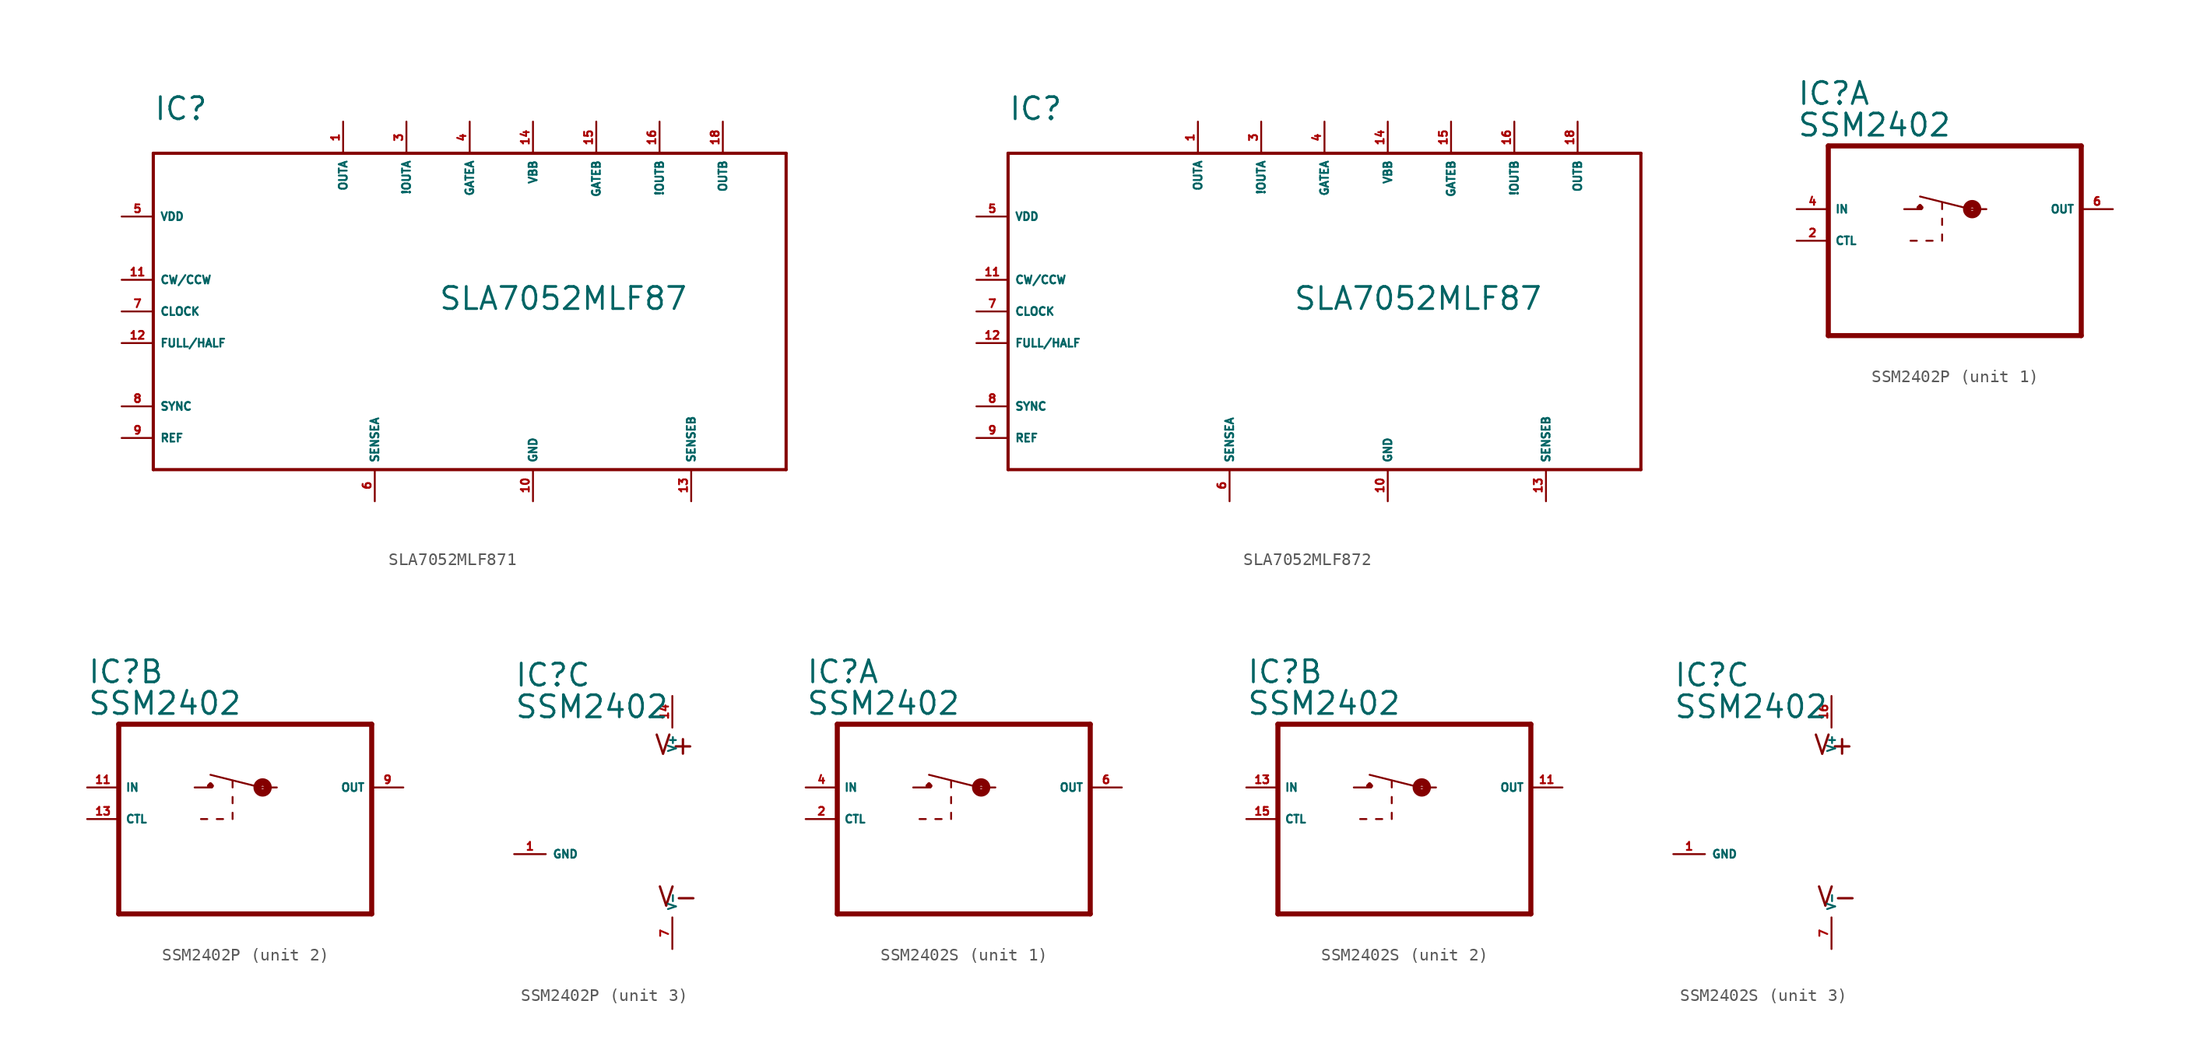
<source format=kicad_sym>
(kicad_symbol_lib
  (version 20220914)
  (generator Eagle2Kicad)
  (symbol "SLA7052MLF871"
    (property "Reference" "IC"
      (at -25.4 15.24 0)
      (effects (font (size 1.778 1.778) (thickness 0.22)) (justify left bottom)))
    (property "Value" "SLA7052MLF87"
      (at -2.54 0 0)
      (effects (font (size 1.778 1.778) (thickness 0.22)) (justify left bottom)))
    (polyline
      (pts (xy -25.4 12.7) (xy 25.4 12.7))
      (stroke (width 0.254) (type default))
      (fill (type none)))
    (polyline
      (pts (xy 25.4 12.7) (xy 25.4 -12.7))
      (stroke (width 0.254) (type default))
      (fill (type none)))
    (polyline
      (pts (xy 25.4 -12.7) (xy -25.4 -12.7))
      (stroke (width 0.254) (type default))
      (fill (type none)))
    (polyline
      (pts (xy -25.4 -12.7) (xy -25.4 12.7))
      (stroke (width 0.254) (type default))
      (fill (type none)))
    (pin output line
      (at -10.16 15.24 270)
      (length 2.54)
      (name "OUTA" (effects (font (size 0.635 0.635) (thickness 0.08)) (justify left bottom)))
      (number "1" (effects (font (size 0.635 0.635) (thickness 0.08)) (justify left bottom))))
    (pin input line
      (at -7.62 -15.24 90)
      (length 2.54)
      (name "SENSEA" (effects (font (size 0.635 0.635) (thickness 0.08)) (justify left bottom)))
      (number "6" (effects (font (size 0.635 0.635) (thickness 0.08)) (justify left bottom))))
    (pin unspecified line
      (at -27.94 7.62 0)
      (length 2.54)
      (name "VDD" (effects (font (size 0.635 0.635) (thickness 0.08)) (justify left bottom)))
      (number "5" (effects (font (size 0.635 0.635) (thickness 0.08)) (justify left bottom))))
    (pin input line
      (at -27.94 -10.16 0)
      (length 2.54)
      (name "REF" (effects (font (size 0.635 0.635) (thickness 0.08)) (justify left bottom)))
      (number "9" (effects (font (size 0.635 0.635) (thickness 0.08)) (justify left bottom))))
    (pin input line
      (at -27.94 -2.54 0)
      (length 2.54)
      (name "FULL/HALF" (effects (font (size 0.635 0.635) (thickness 0.08)) (justify left bottom)))
      (number "12" (effects (font (size 0.635 0.635) (thickness 0.08)) (justify left bottom))))
    (pin input line
      (at -27.94 2.54 0)
      (length 2.54)
      (name "CW/CCW" (effects (font (size 0.635 0.635) (thickness 0.08)) (justify left bottom)))
      (number "11" (effects (font (size 0.635 0.635) (thickness 0.08)) (justify left bottom))))
    (pin input line
      (at -27.94 0 0)
      (length 2.54)
      (name "CLOCK" (effects (font (size 0.635 0.635) (thickness 0.08)) (justify left bottom)))
      (number "7" (effects (font (size 0.635 0.635) (thickness 0.08)) (justify left bottom))))
    (pin unspecified line
      (at 5.08 -15.24 90)
      (length 2.54)
      (name "GND" (effects (font (size 0.635 0.635) (thickness 0.08)) (justify left bottom)))
      (number "10" (effects (font (size 0.635 0.635) (thickness 0.08)) (justify left bottom))))
    (pin input line
      (at 10.16 15.24 270)
      (length 2.54)
      (name "GATEB" (effects (font (size 0.635 0.635) (thickness 0.08)) (justify left bottom)))
      (number "15" (effects (font (size 0.635 0.635) (thickness 0.08)) (justify left bottom))))
    (pin input line
      (at 0 15.24 270)
      (length 2.54)
      (name "GATEA" (effects (font (size 0.635 0.635) (thickness 0.08)) (justify left bottom)))
      (number "4" (effects (font (size 0.635 0.635) (thickness 0.08)) (justify left bottom))))
    (pin input line
      (at -27.94 -7.62 0)
      (length 2.54)
      (name "SYNC" (effects (font (size 0.635 0.635) (thickness 0.08)) (justify left bottom)))
      (number "8" (effects (font (size 0.635 0.635) (thickness 0.08)) (justify left bottom))))
    (pin unspecified line
      (at 5.08 15.24 270)
      (length 2.54)
      (name "VBB" (effects (font (size 0.635 0.635) (thickness 0.08)) (justify left bottom)))
      (number "14" (effects (font (size 0.635 0.635) (thickness 0.08)) (justify left bottom))))
    (pin input line
      (at 17.78 -15.24 90)
      (length 2.54)
      (name "SENSEB" (effects (font (size 0.635 0.635) (thickness 0.08)) (justify left bottom)))
      (number "13" (effects (font (size 0.635 0.635) (thickness 0.08)) (justify left bottom))))
    (pin output line
      (at 20.32 15.24 270)
      (length 2.54)
      (name "OUTB" (effects (font (size 0.635 0.635) (thickness 0.08)) (justify left bottom)))
      (number "18" (effects (font (size 0.635 0.635) (thickness 0.08)) (justify left bottom))))
    (pin output line
      (at 15.24 15.24 270)
      (length 2.54)
      (name "!OUTB" (effects (font (size 0.635 0.635) (thickness 0.08)) (justify left bottom)))
      (number "16" (effects (font (size 0.635 0.635) (thickness 0.08)) (justify left bottom))))
    (pin output line
      (at -5.08 15.24 270)
      (length 2.54)
      (name "!OUTA" (effects (font (size 0.635 0.635) (thickness 0.08)) (justify left bottom)))
      (number "3" (effects (font (size 0.635 0.635) (thickness 0.08)) (justify left bottom)))))
  (symbol "SLA7052MLF872"
    (property "Reference" "IC"
      (at -25.4 15.24 0)
      (effects (font (size 1.778 1.778) (thickness 0.22)) (justify left bottom)))
    (property "Value" "SLA7052MLF87"
      (at -2.54 0 0)
      (effects (font (size 1.778 1.778) (thickness 0.22)) (justify left bottom)))
    (polyline
      (pts (xy -25.4 12.7) (xy 25.4 12.7))
      (stroke (width 0.254) (type default))
      (fill (type none)))
    (polyline
      (pts (xy 25.4 12.7) (xy 25.4 -12.7))
      (stroke (width 0.254) (type default))
      (fill (type none)))
    (polyline
      (pts (xy 25.4 -12.7) (xy -25.4 -12.7))
      (stroke (width 0.254) (type default))
      (fill (type none)))
    (polyline
      (pts (xy -25.4 -12.7) (xy -25.4 12.7))
      (stroke (width 0.254) (type default))
      (fill (type none)))
    (pin output line
      (at -10.16 15.24 270)
      (length 2.54)
      (name "OUTA" (effects (font (size 0.635 0.635) (thickness 0.08)) (justify left bottom)))
      (number "1" (effects (font (size 0.635 0.635) (thickness 0.08)) (justify left bottom))))
    (pin input line
      (at -7.62 -15.24 90)
      (length 2.54)
      (name "SENSEA" (effects (font (size 0.635 0.635) (thickness 0.08)) (justify left bottom)))
      (number "6" (effects (font (size 0.635 0.635) (thickness 0.08)) (justify left bottom))))
    (pin unspecified line
      (at -27.94 7.62 0)
      (length 2.54)
      (name "VDD" (effects (font (size 0.635 0.635) (thickness 0.08)) (justify left bottom)))
      (number "5" (effects (font (size 0.635 0.635) (thickness 0.08)) (justify left bottom))))
    (pin input line
      (at -27.94 -10.16 0)
      (length 2.54)
      (name "REF" (effects (font (size 0.635 0.635) (thickness 0.08)) (justify left bottom)))
      (number "9" (effects (font (size 0.635 0.635) (thickness 0.08)) (justify left bottom))))
    (pin input line
      (at -27.94 -2.54 0)
      (length 2.54)
      (name "FULL/HALF" (effects (font (size 0.635 0.635) (thickness 0.08)) (justify left bottom)))
      (number "12" (effects (font (size 0.635 0.635) (thickness 0.08)) (justify left bottom))))
    (pin input line
      (at -27.94 2.54 0)
      (length 2.54)
      (name "CW/CCW" (effects (font (size 0.635 0.635) (thickness 0.08)) (justify left bottom)))
      (number "11" (effects (font (size 0.635 0.635) (thickness 0.08)) (justify left bottom))))
    (pin input line
      (at -27.94 0 0)
      (length 2.54)
      (name "CLOCK" (effects (font (size 0.635 0.635) (thickness 0.08)) (justify left bottom)))
      (number "7" (effects (font (size 0.635 0.635) (thickness 0.08)) (justify left bottom))))
    (pin unspecified line
      (at 5.08 -15.24 90)
      (length 2.54)
      (name "GND" (effects (font (size 0.635 0.635) (thickness 0.08)) (justify left bottom)))
      (number "10" (effects (font (size 0.635 0.635) (thickness 0.08)) (justify left bottom))))
    (pin input line
      (at 10.16 15.24 270)
      (length 2.54)
      (name "GATEB" (effects (font (size 0.635 0.635) (thickness 0.08)) (justify left bottom)))
      (number "15" (effects (font (size 0.635 0.635) (thickness 0.08)) (justify left bottom))))
    (pin input line
      (at 0 15.24 270)
      (length 2.54)
      (name "GATEA" (effects (font (size 0.635 0.635) (thickness 0.08)) (justify left bottom)))
      (number "4" (effects (font (size 0.635 0.635) (thickness 0.08)) (justify left bottom))))
    (pin input line
      (at -27.94 -7.62 0)
      (length 2.54)
      (name "SYNC" (effects (font (size 0.635 0.635) (thickness 0.08)) (justify left bottom)))
      (number "8" (effects (font (size 0.635 0.635) (thickness 0.08)) (justify left bottom))))
    (pin unspecified line
      (at 5.08 15.24 270)
      (length 2.54)
      (name "VBB" (effects (font (size 0.635 0.635) (thickness 0.08)) (justify left bottom)))
      (number "14" (effects (font (size 0.635 0.635) (thickness 0.08)) (justify left bottom))))
    (pin input line
      (at 17.78 -15.24 90)
      (length 2.54)
      (name "SENSEB" (effects (font (size 0.635 0.635) (thickness 0.08)) (justify left bottom)))
      (number "13" (effects (font (size 0.635 0.635) (thickness 0.08)) (justify left bottom))))
    (pin output line
      (at 20.32 15.24 270)
      (length 2.54)
      (name "OUTB" (effects (font (size 0.635 0.635) (thickness 0.08)) (justify left bottom)))
      (number "18" (effects (font (size 0.635 0.635) (thickness 0.08)) (justify left bottom))))
    (pin output line
      (at 15.24 15.24 270)
      (length 2.54)
      (name "!OUTB" (effects (font (size 0.635 0.635) (thickness 0.08)) (justify left bottom)))
      (number "16" (effects (font (size 0.635 0.635) (thickness 0.08)) (justify left bottom))))
    (pin output line
      (at -5.08 15.24 270)
      (length 2.54)
      (name "!OUTA" (effects (font (size 0.635 0.635) (thickness 0.08)) (justify left bottom)))
      (number "3" (effects (font (size 0.635 0.635) (thickness 0.08)) (justify left bottom)))))
  (symbol "SSM2402P"
    (property "Reference" "IC"
      (at -12.7 10.795 0)
      (effects (font (size 1.778 1.778) (thickness 0.22)) (justify left bottom)))
    (property "Value" "SSM2402"
      (at -12.7 8.255 0)
      (effects (font (size 1.778 1.778) (thickness 0.22)) (justify left bottom)))
    (symbol "SSM2402P_1_0"
      (polyline (pts (xy 10.16 7.62) (xy -10.16 7.62)) (stroke (width 0.406) (type default)) (fill (type none)))
      (polyline (pts (xy -10.16 7.62) (xy -10.16 -7.62)) (stroke (width 0.406) (type default)) (fill (type none)))
      (polyline (pts (xy -10.16 -7.62) (xy 10.16 -7.62)) (stroke (width 0.406) (type default)) (fill (type none)))
      (polyline (pts (xy 10.16 -7.62) (xy 10.16 7.62)) (stroke (width 0.406) (type default)) (fill (type none)))
      (polyline (pts (xy -4.064 2.54) (xy -2.667 2.54)) (stroke (width 0.152) (type default)) (fill (type none)))
      (polyline (pts (xy 1.27 2.54) (xy 2.54 2.54)) (stroke (width 0.152) (type default)) (fill (type none)))
      (polyline (pts (xy 1.27 2.54) (xy -2.794 3.556)) (stroke (width 0.152) (type default)) (fill (type none)))
      (polyline (pts (xy -1.016 3.048) (xy -1.016 2.54)) (stroke (width 0.152) (type default)) (fill (type none)))
      (polyline (pts (xy -1.016 1.778) (xy -1.016 1.27)) (stroke (width 0.152) (type default)) (fill (type none)))
      (polyline (pts (xy -1.016 0.508) (xy -1.016 0)) (stroke (width 0.152) (type default)) (fill (type none)))
      (polyline (pts (xy -3.556 0) (xy -3.048 0)) (stroke (width 0.152) (type default)) (fill (type none)))
      (polyline (pts (xy -2.286 0) (xy -1.778 0)) (stroke (width 0.152) (type default)) (fill (type none)))
      (polyline (pts (xy -2.921 2.667) (xy -2.794 2.794)) (stroke (width 0.305) (type default)) (fill (type none)))
      (polyline (pts (xy -2.794 2.794) (xy -2.667 2.667)) (stroke (width 0.305) (type default)) (fill (type none)))
      (circle (center 1.397 2.54) (radius 0.127) (stroke (width 0.61) (type default)) (fill (type none)))
      (pin input line (at -12.7 0 0) (length 2.54) (name "CTL" (effects (font (size 0.635 0.635) (thickness 0.08)) (justify left bottom))) (number "2" (effects (font (size 0.635 0.635) (thickness 0.08)) (justify left bottom))))
      (pin output line (at 12.7 2.54 180) (length 2.54) (name "OUT" (effects (font (size 0.635 0.635) (thickness 0.08)) (justify left bottom))) (number "6" (effects (font (size 0.635 0.635) (thickness 0.08)) (justify left bottom))))
      (pin input line (at -12.7 2.54 0) (length 2.54) (name "IN" (effects (font (size 0.635 0.635) (thickness 0.08)) (justify left bottom))) (number "4" (effects (font (size 0.635 0.635) (thickness 0.08)) (justify left bottom)))))
    (symbol "SSM2402P_2_0"
      (polyline (pts (xy 10.16 7.62) (xy -10.16 7.62)) (stroke (width 0.406) (type default)) (fill (type none)))
      (polyline (pts (xy -10.16 7.62) (xy -10.16 -7.62)) (stroke (width 0.406) (type default)) (fill (type none)))
      (polyline (pts (xy -10.16 -7.62) (xy 10.16 -7.62)) (stroke (width 0.406) (type default)) (fill (type none)))
      (polyline (pts (xy 10.16 -7.62) (xy 10.16 7.62)) (stroke (width 0.406) (type default)) (fill (type none)))
      (polyline (pts (xy -4.064 2.54) (xy -2.667 2.54)) (stroke (width 0.152) (type default)) (fill (type none)))
      (polyline (pts (xy 1.27 2.54) (xy 2.54 2.54)) (stroke (width 0.152) (type default)) (fill (type none)))
      (polyline (pts (xy 1.27 2.54) (xy -2.794 3.556)) (stroke (width 0.152) (type default)) (fill (type none)))
      (polyline (pts (xy -1.016 3.048) (xy -1.016 2.54)) (stroke (width 0.152) (type default)) (fill (type none)))
      (polyline (pts (xy -1.016 1.778) (xy -1.016 1.27)) (stroke (width 0.152) (type default)) (fill (type none)))
      (polyline (pts (xy -1.016 0.508) (xy -1.016 0)) (stroke (width 0.152) (type default)) (fill (type none)))
      (polyline (pts (xy -3.556 0) (xy -3.048 0)) (stroke (width 0.152) (type default)) (fill (type none)))
      (polyline (pts (xy -2.286 0) (xy -1.778 0)) (stroke (width 0.152) (type default)) (fill (type none)))
      (polyline (pts (xy -2.921 2.667) (xy -2.794 2.794)) (stroke (width 0.305) (type default)) (fill (type none)))
      (polyline (pts (xy -2.794 2.794) (xy -2.667 2.667)) (stroke (width 0.305) (type default)) (fill (type none)))
      (circle (center 1.397 2.54) (radius 0.127) (stroke (width 0.61) (type default)) (fill (type none)))
      (pin input line (at -12.7 0 0) (length 2.54) (name "CTL" (effects (font (size 0.635 0.635) (thickness 0.08)) (justify left bottom))) (number "13" (effects (font (size 0.635 0.635) (thickness 0.08)) (justify left bottom))))
      (pin output line (at 12.7 2.54 180) (length 2.54) (name "OUT" (effects (font (size 0.635 0.635) (thickness 0.08)) (justify left bottom))) (number "9" (effects (font (size 0.635 0.635) (thickness 0.08)) (justify left bottom))))
      (pin input line (at -12.7 2.54 0) (length 2.54) (name "IN" (effects (font (size 0.635 0.635) (thickness 0.08)) (justify left bottom))) (number "11" (effects (font (size 0.635 0.635) (thickness 0.08)) (justify left bottom)))))
    (symbol "SSM2402P_3_0"
      (text "V+" (at -1.524 5.334 0) (effects (font (size 1.524 1.524) (thickness 0.19)) (justify left bottom)))
      (text "V-" (at -1.27 -6.858 0) (effects (font (size 1.524 1.524) (thickness 0.19)) (justify left bottom)))
      (pin unspecified line (at 0 10.16 270) (length 2.54) (name "V+" (effects (font (size 0.635 0.635) (thickness 0.08)) (justify left bottom))) (number "14" (effects (font (size 0.635 0.635) (thickness 0.08)) (justify left bottom))))
      (pin unspecified line (at 0 -10.16 90) (length 2.54) (name "V-" (effects (font (size 0.635 0.635) (thickness 0.08)) (justify left bottom))) (number "7" (effects (font (size 0.635 0.635) (thickness 0.08)) (justify left bottom))))
      (pin unspecified line (at -12.7 -2.54 0) (length 2.54) (name "GND" (effects (font (size 0.635 0.635) (thickness 0.08)) (justify left bottom))) (number "1" (effects (font (size 0.635 0.635) (thickness 0.08)) (justify left bottom))))))
  (symbol "SSM2402S"
    (property "Reference" "IC"
      (at -12.7 10.795 0)
      (effects (font (size 1.778 1.778) (thickness 0.22)) (justify left bottom)))
    (property "Value" "SSM2402"
      (at -12.7 8.255 0)
      (effects (font (size 1.778 1.778) (thickness 0.22)) (justify left bottom)))
    (symbol "SSM2402S_1_0"
      (polyline (pts (xy 10.16 7.62) (xy -10.16 7.62)) (stroke (width 0.406) (type default)) (fill (type none)))
      (polyline (pts (xy -10.16 7.62) (xy -10.16 -7.62)) (stroke (width 0.406) (type default)) (fill (type none)))
      (polyline (pts (xy -10.16 -7.62) (xy 10.16 -7.62)) (stroke (width 0.406) (type default)) (fill (type none)))
      (polyline (pts (xy 10.16 -7.62) (xy 10.16 7.62)) (stroke (width 0.406) (type default)) (fill (type none)))
      (polyline (pts (xy -4.064 2.54) (xy -2.667 2.54)) (stroke (width 0.152) (type default)) (fill (type none)))
      (polyline (pts (xy 1.27 2.54) (xy 2.54 2.54)) (stroke (width 0.152) (type default)) (fill (type none)))
      (polyline (pts (xy 1.27 2.54) (xy -2.794 3.556)) (stroke (width 0.152) (type default)) (fill (type none)))
      (polyline (pts (xy -1.016 3.048) (xy -1.016 2.54)) (stroke (width 0.152) (type default)) (fill (type none)))
      (polyline (pts (xy -1.016 1.778) (xy -1.016 1.27)) (stroke (width 0.152) (type default)) (fill (type none)))
      (polyline (pts (xy -1.016 0.508) (xy -1.016 0)) (stroke (width 0.152) (type default)) (fill (type none)))
      (polyline (pts (xy -3.556 0) (xy -3.048 0)) (stroke (width 0.152) (type default)) (fill (type none)))
      (polyline (pts (xy -2.286 0) (xy -1.778 0)) (stroke (width 0.152) (type default)) (fill (type none)))
      (polyline (pts (xy -2.921 2.667) (xy -2.794 2.794)) (stroke (width 0.305) (type default)) (fill (type none)))
      (polyline (pts (xy -2.794 2.794) (xy -2.667 2.667)) (stroke (width 0.305) (type default)) (fill (type none)))
      (circle (center 1.397 2.54) (radius 0.127) (stroke (width 0.61) (type default)) (fill (type none)))
      (pin input line (at -12.7 0 0) (length 2.54) (name "CTL" (effects (font (size 0.635 0.635) (thickness 0.08)) (justify left bottom))) (number "2" (effects (font (size 0.635 0.635) (thickness 0.08)) (justify left bottom))))
      (pin output line (at 12.7 2.54 180) (length 2.54) (name "OUT" (effects (font (size 0.635 0.635) (thickness 0.08)) (justify left bottom))) (number "6" (effects (font (size 0.635 0.635) (thickness 0.08)) (justify left bottom))))
      (pin input line (at -12.7 2.54 0) (length 2.54) (name "IN" (effects (font (size 0.635 0.635) (thickness 0.08)) (justify left bottom))) (number "4" (effects (font (size 0.635 0.635) (thickness 0.08)) (justify left bottom)))))
    (symbol "SSM2402S_2_0"
      (polyline (pts (xy 10.16 7.62) (xy -10.16 7.62)) (stroke (width 0.406) (type default)) (fill (type none)))
      (polyline (pts (xy -10.16 7.62) (xy -10.16 -7.62)) (stroke (width 0.406) (type default)) (fill (type none)))
      (polyline (pts (xy -10.16 -7.62) (xy 10.16 -7.62)) (stroke (width 0.406) (type default)) (fill (type none)))
      (polyline (pts (xy 10.16 -7.62) (xy 10.16 7.62)) (stroke (width 0.406) (type default)) (fill (type none)))
      (polyline (pts (xy -4.064 2.54) (xy -2.667 2.54)) (stroke (width 0.152) (type default)) (fill (type none)))
      (polyline (pts (xy 1.27 2.54) (xy 2.54 2.54)) (stroke (width 0.152) (type default)) (fill (type none)))
      (polyline (pts (xy 1.27 2.54) (xy -2.794 3.556)) (stroke (width 0.152) (type default)) (fill (type none)))
      (polyline (pts (xy -1.016 3.048) (xy -1.016 2.54)) (stroke (width 0.152) (type default)) (fill (type none)))
      (polyline (pts (xy -1.016 1.778) (xy -1.016 1.27)) (stroke (width 0.152) (type default)) (fill (type none)))
      (polyline (pts (xy -1.016 0.508) (xy -1.016 0)) (stroke (width 0.152) (type default)) (fill (type none)))
      (polyline (pts (xy -3.556 0) (xy -3.048 0)) (stroke (width 0.152) (type default)) (fill (type none)))
      (polyline (pts (xy -2.286 0) (xy -1.778 0)) (stroke (width 0.152) (type default)) (fill (type none)))
      (polyline (pts (xy -2.921 2.667) (xy -2.794 2.794)) (stroke (width 0.305) (type default)) (fill (type none)))
      (polyline (pts (xy -2.794 2.794) (xy -2.667 2.667)) (stroke (width 0.305) (type default)) (fill (type none)))
      (circle (center 1.397 2.54) (radius 0.127) (stroke (width 0.61) (type default)) (fill (type none)))
      (pin input line (at -12.7 0 0) (length 2.54) (name "CTL" (effects (font (size 0.635 0.635) (thickness 0.08)) (justify left bottom))) (number "15" (effects (font (size 0.635 0.635) (thickness 0.08)) (justify left bottom))))
      (pin output line (at 12.7 2.54 180) (length 2.54) (name "OUT" (effects (font (size 0.635 0.635) (thickness 0.08)) (justify left bottom))) (number "11" (effects (font (size 0.635 0.635) (thickness 0.08)) (justify left bottom))))
      (pin input line (at -12.7 2.54 0) (length 2.54) (name "IN" (effects (font (size 0.635 0.635) (thickness 0.08)) (justify left bottom))) (number "13" (effects (font (size 0.635 0.635) (thickness 0.08)) (justify left bottom)))))
    (symbol "SSM2402S_3_0"
      (text "V+" (at -1.524 5.334 0) (effects (font (size 1.524 1.524) (thickness 0.19)) (justify left bottom)))
      (text "V-" (at -1.27 -6.858 0) (effects (font (size 1.524 1.524) (thickness 0.19)) (justify left bottom)))
      (pin unspecified line (at 0 10.16 270) (length 2.54) (name "V+" (effects (font (size 0.635 0.635) (thickness 0.08)) (justify left bottom))) (number "16" (effects (font (size 0.635 0.635) (thickness 0.08)) (justify left bottom))))
      (pin unspecified line (at 0 -10.16 90) (length 2.54) (name "V-" (effects (font (size 0.635 0.635) (thickness 0.08)) (justify left bottom))) (number "7" (effects (font (size 0.635 0.635) (thickness 0.08)) (justify left bottom))))
      (pin unspecified line (at -12.7 -2.54 0) (length 2.54) (name "GND" (effects (font (size 0.635 0.635) (thickness 0.08)) (justify left bottom))) (number "1" (effects (font (size 0.635 0.635) (thickness 0.08)) (justify left bottom)))))))
</source>
